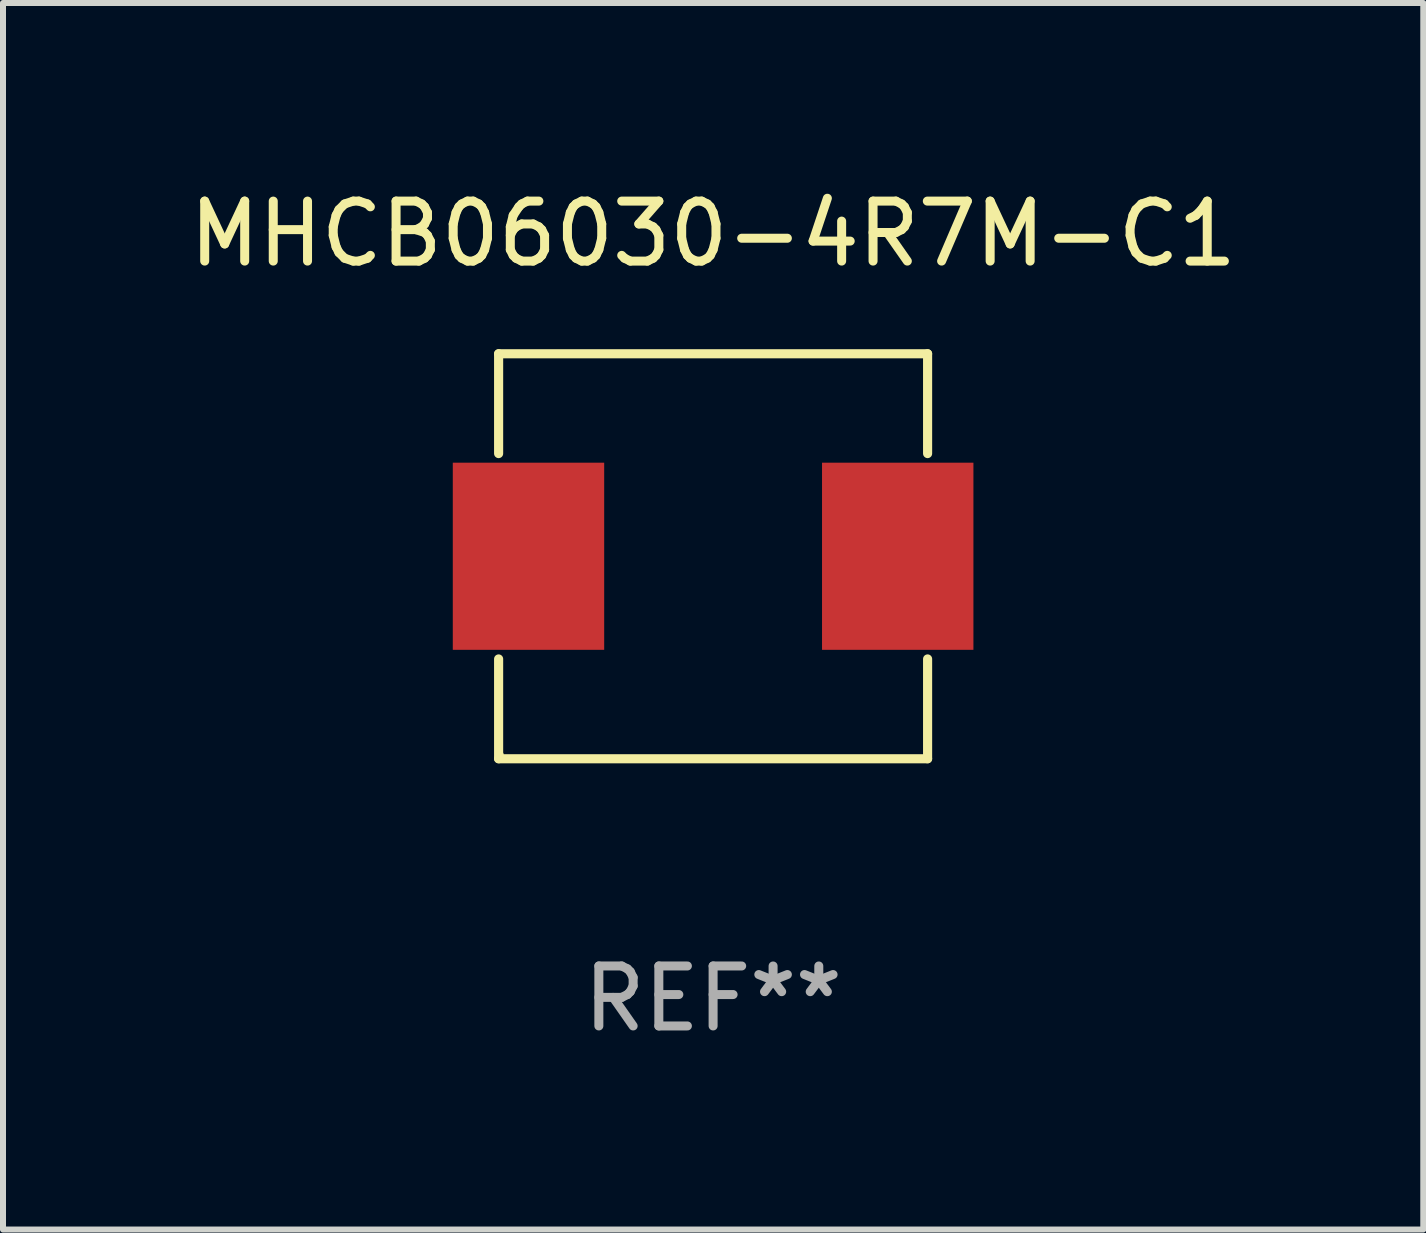
<source format=kicad_pcb>
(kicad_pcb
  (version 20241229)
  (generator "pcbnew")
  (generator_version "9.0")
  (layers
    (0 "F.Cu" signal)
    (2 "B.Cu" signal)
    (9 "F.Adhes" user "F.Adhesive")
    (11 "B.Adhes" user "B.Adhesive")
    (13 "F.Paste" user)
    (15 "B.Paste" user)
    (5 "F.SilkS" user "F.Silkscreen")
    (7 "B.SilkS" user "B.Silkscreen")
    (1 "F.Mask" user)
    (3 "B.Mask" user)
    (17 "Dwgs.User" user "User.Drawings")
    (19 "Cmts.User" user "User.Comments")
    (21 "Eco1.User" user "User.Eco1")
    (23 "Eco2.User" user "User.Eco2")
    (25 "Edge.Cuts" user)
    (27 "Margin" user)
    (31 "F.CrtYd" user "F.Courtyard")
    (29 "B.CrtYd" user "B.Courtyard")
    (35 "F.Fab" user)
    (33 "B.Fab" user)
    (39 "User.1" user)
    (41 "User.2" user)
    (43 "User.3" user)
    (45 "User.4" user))
  (footprint "MHCB06030-4R7M-C1"
    (layer "F.Cu")
    (at 8.839 6.224)
    (property "Reference" "MHCB06030-4R7M-C1" (at 0 -5.376 0) (layer "F.SilkS") (effects (font (size 1 1) (thickness 0.15))))
    (attr through_hole)
    (fp_line (start -3.576 -3.376) (end 3.576 -3.376) (stroke (width 0.152) (type solid)) (layer "F.SilkS"))
    (fp_line (start -3.576 -1.712) (end -3.576 -3.376) (stroke (width 0.152) (type solid)) (layer "F.SilkS"))
    (fp_line (start -3.576 1.712) (end -3.576 3.376) (stroke (width 0.152) (type solid)) (layer "F.SilkS"))
    (fp_line (start -3.576 3.376) (end 3.576 3.376) (stroke (width 0.152) (type solid)) (layer "F.SilkS"))
    (fp_line (start 3.576 -3.376) (end 3.576 -1.712) (stroke (width 0.152) (type solid)) (layer "F.SilkS"))
    (fp_line (start 3.576 3.376) (end 3.576 1.712) (stroke (width 0.152) (type solid)) (layer "F.SilkS"))
    (fp_circle (center -3.552 3.307) (end -3.522 3.307) (stroke (width 0.06) (type solid)) (fill no) (layer "F.SilkS"))
    (fp_text user "REF**" (at 0 7.376 0) (layer "F.Fab") (effects (font (size 1 1) (thickness 0.15))))
    (pad "1" smd rect (at -3.078 0) (size 2.524 3.12) (layers "F.Cu" "F.Mask" "F.Paste"))
    (pad "2" smd rect (at 3.078 0) (size 2.524 3.12) (layers "F.Cu" "F.Mask" "F.Paste")))
  (gr_rect
    (start -3 -3)
    (end 20.679 17.449)
    (stroke (width 0.1) (type default))
    (fill no)
    (layer "Edge.Cuts")))
</source>
